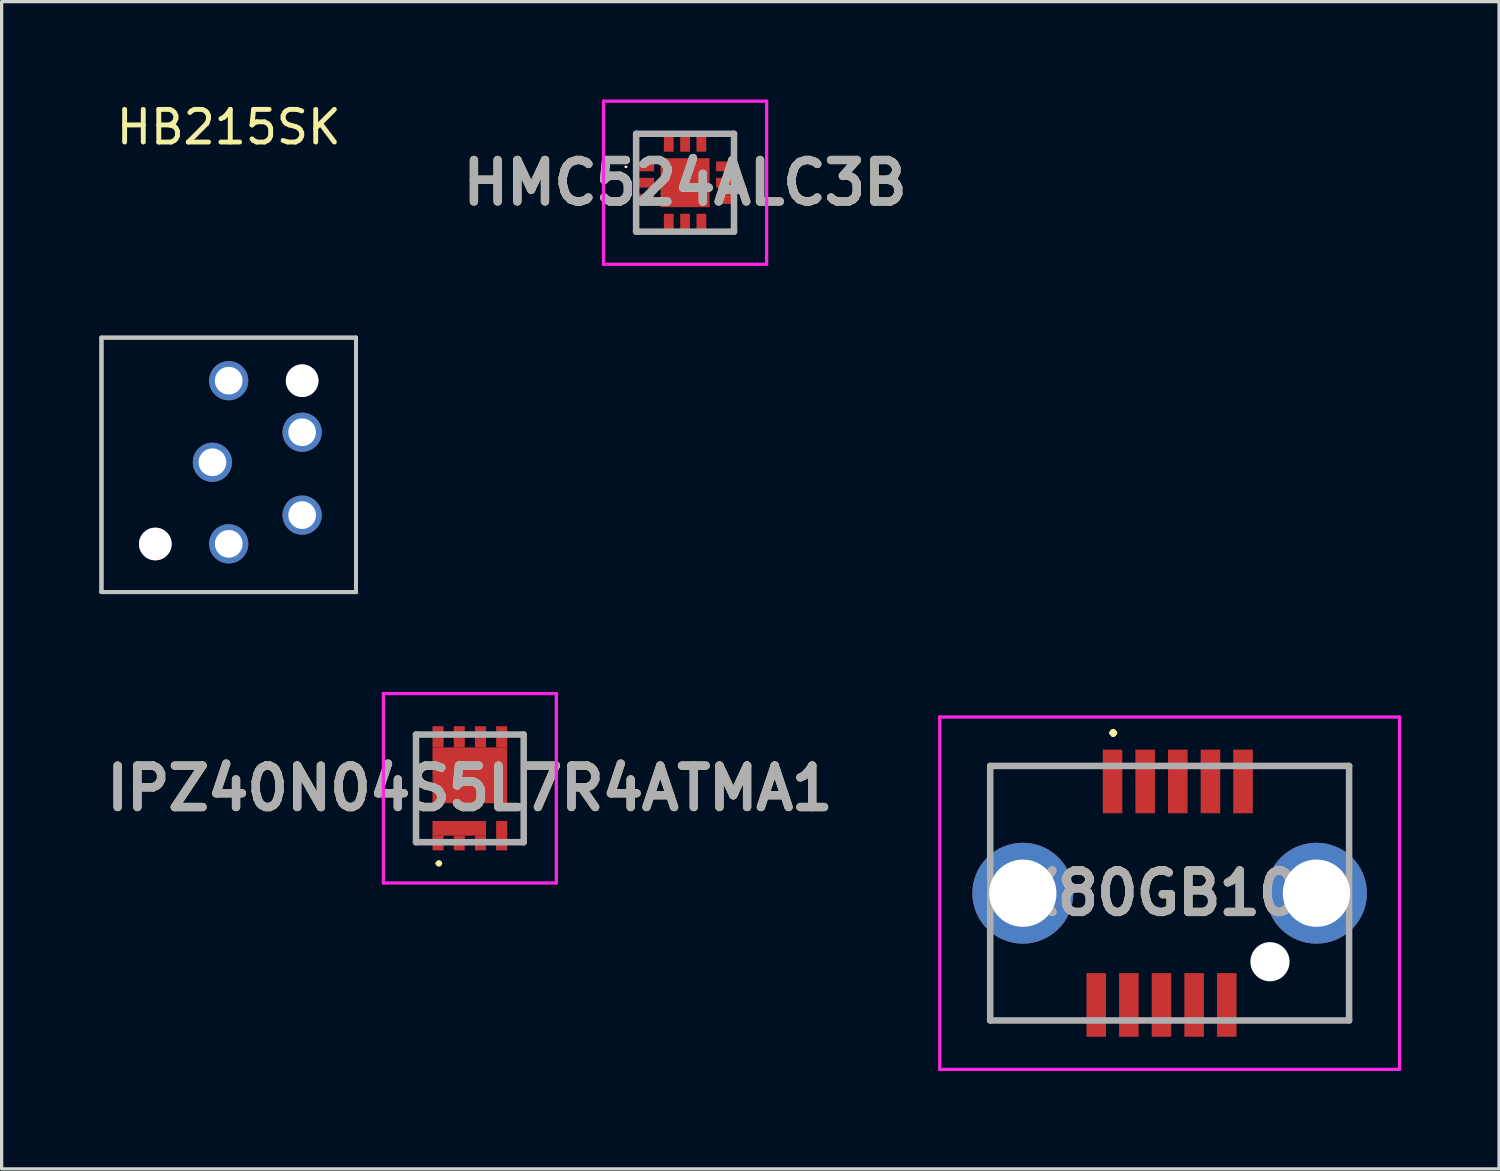
<source format=kicad_pcb>
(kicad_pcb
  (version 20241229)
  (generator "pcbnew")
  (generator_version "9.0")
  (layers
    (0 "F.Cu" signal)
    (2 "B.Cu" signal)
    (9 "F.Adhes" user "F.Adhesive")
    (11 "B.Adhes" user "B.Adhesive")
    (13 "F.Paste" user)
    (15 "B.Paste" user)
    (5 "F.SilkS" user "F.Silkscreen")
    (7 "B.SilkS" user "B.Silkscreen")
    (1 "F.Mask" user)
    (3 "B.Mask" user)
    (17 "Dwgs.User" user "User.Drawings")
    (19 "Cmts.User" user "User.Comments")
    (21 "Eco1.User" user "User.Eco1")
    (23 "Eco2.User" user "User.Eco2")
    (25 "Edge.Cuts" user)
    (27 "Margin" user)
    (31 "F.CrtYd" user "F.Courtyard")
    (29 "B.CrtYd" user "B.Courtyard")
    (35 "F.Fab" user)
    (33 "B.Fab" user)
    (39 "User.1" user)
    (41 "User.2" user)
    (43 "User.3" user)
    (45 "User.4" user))
  (footprint "HMC524ALC3B"
    (layer "F.Cu")
    (at 17.947 2.55)
    (property "Reference" "HMC524ALC3B" (at 0 0 0) (layer "F.SilkS") (effects (font (size 1.27 1.27) (thickness 0.254))))
    (attr smd)
    (fp_line (start -1.832 -0.487) (end -1.832 -0.487) (stroke (width 0.042) (type solid)) (layer "F.SilkS"))
    (fp_line (start -1.79 -0.487) (end -1.79 -0.487) (stroke (width 0.042) (type solid)) (layer "F.SilkS"))
    (fp_arc (start -1.832 -0.487) (mid -1.811 -0.508) (end -1.79 -0.487) (stroke (width 0.0423) (type solid)) (layer "F.SilkS"))
    (fp_arc (start -1.79 -0.487) (mid -1.811 -0.466) (end -1.832 -0.487) (stroke (width 0.0423) (type solid)) (layer "F.SilkS"))
    (fp_line (start -2.5 -2.5) (end 2.5 -2.5) (stroke (width 0.1) (type solid)) (layer "F.CrtYd"))
    (fp_line (start -2.5 2.5) (end -2.5 -2.5) (stroke (width 0.1) (type solid)) (layer "F.CrtYd"))
    (fp_line (start 2.5 -2.5) (end 2.5 2.5) (stroke (width 0.1) (type solid)) (layer "F.CrtYd"))
    (fp_line (start 2.5 2.5) (end -2.5 2.5) (stroke (width 0.1) (type solid)) (layer "F.CrtYd"))
    (fp_line (start -1.5 -1.5) (end 1.5 -1.5) (stroke (width 0.2) (type solid)) (layer "F.Fab"))
    (fp_line (start -1.5 1.5) (end -1.5 -1.5) (stroke (width 0.2) (type solid)) (layer "F.Fab"))
    (fp_line (start 1.5 -1.5) (end 1.5 1.5) (stroke (width 0.2) (type solid)) (layer "F.Fab"))
    (fp_line (start 1.5 1.5) (end -1.5 1.5) (stroke (width 0.2) (type solid)) (layer "F.Fab"))
    (fp_text user "${REFERENCE}" (at 0 0 0) (layer "F.Fab") (effects (font (size 1.27 1.27) (thickness 0.254))))
    (pad "1" smd rect (at -1.2 -0.5 90) (size 0.3 0.5) (layers "F.Cu" "F.Mask" "F.Paste"))
    (pad "2" smd rect (at -1.2 0 90) (size 0.3 0.5) (layers "F.Cu" "F.Mask" "F.Paste"))
    (pad "3" smd rect (at -1.2 0.5 90) (size 0.3 0.5) (layers "F.Cu" "F.Mask" "F.Paste"))
    (pad "4" smd rect (at -0.5 1.2) (size 0.3 0.5) (layers "F.Cu" "F.Mask" "F.Paste"))
    (pad "5" smd rect (at 0 1.2) (size 0.3 0.5) (layers "F.Cu" "F.Mask" "F.Paste"))
    (pad "6" smd rect (at 0.5 1.2) (size 0.3 0.5) (layers "F.Cu" "F.Mask" "F.Paste"))
    (pad "7" smd rect (at 1.2 0.5 90) (size 0.3 0.5) (layers "F.Cu" "F.Mask" "F.Paste"))
    (pad "8" smd rect (at 1.2 0 90) (size 0.3 0.5) (layers "F.Cu" "F.Mask" "F.Paste"))
    (pad "9" smd rect (at 1.2 -0.5 90) (size 0.3 0.5) (layers "F.Cu" "F.Mask" "F.Paste"))
    (pad "10" smd rect (at 0.5 -1.2) (size 0.3 0.5) (layers "F.Cu" "F.Mask" "F.Paste"))
    (pad "11" smd rect (at 0 -1.2) (size 0.3 0.5) (layers "F.Cu" "F.Mask" "F.Paste"))
    (pad "12" smd rect (at -0.5 -1.2) (size 0.3 0.5) (layers "F.Cu" "F.Mask" "F.Paste"))
    (pad "13" smd rect (at 0 0 90) (size 1.5 1.5) (layers "F.Cu" "F.Mask" "F.Paste")))
  (footprint "IX80GB10P"
    (layer "F.Cu")
    (at 32.799 24.326)
    (property "Reference" "IX80GB10P" (at 0 0 0) (layer "F.SilkS") (effects (font (size 1.27 1.27) (thickness 0.254))))
    (attr through_hole)
    (fp_line (start -5.5 -3.9) (end -3 -3.9) (stroke (width 0.1) (type solid)) (layer "F.SilkS"))
    (fp_line (start -5.5 -2) (end -5.5 -3.9) (stroke (width 0.1) (type solid)) (layer "F.SilkS"))
    (fp_line (start -5.5 3.9) (end -5.5 2) (stroke (width 0.1) (type solid)) (layer "F.SilkS"))
    (fp_line (start -3.5 3.9) (end -5.5 3.9) (stroke (width 0.1) (type solid)) (layer "F.SilkS"))
    (fp_line (start 3.075 3.9) (end 5.5 3.9) (stroke (width 0.1) (type solid)) (layer "F.SilkS"))
    (fp_line (start 5.5 -3.9) (end 3.5 -3.9) (stroke (width 0.1) (type solid)) (layer "F.SilkS"))
    (fp_line (start 5.5 -2) (end 5.5 -3.9) (stroke (width 0.1) (type solid)) (layer "F.SilkS"))
    (fp_line (start 5.5 3.9) (end 5.5 2) (stroke (width 0.1) (type solid)) (layer "F.SilkS"))
    (fp_line (start -7.046 -5.4) (end 7.046 -5.4) (stroke (width 0.1) (type solid)) (layer "F.CrtYd"))
    (fp_line (start -7.046 5.4) (end -7.046 -5.4) (stroke (width 0.1) (type solid)) (layer "F.CrtYd"))
    (fp_line (start 7.046 -5.4) (end 7.046 5.4) (stroke (width 0.1) (type solid)) (layer "F.CrtYd"))
    (fp_line (start 7.046 5.4) (end -7.046 5.4) (stroke (width 0.1) (type solid)) (layer "F.CrtYd"))
    (fp_line (start -5.5 -3.9) (end 5.5 -3.9) (stroke (width 0.2) (type solid)) (layer "F.Fab"))
    (fp_line (start -5.5 3.9) (end -5.5 -3.9) (stroke (width 0.2) (type solid)) (layer "F.Fab"))
    (fp_line (start 5.5 -3.9) (end 5.5 3.9) (stroke (width 0.2) (type solid)) (layer "F.Fab"))
    (fp_line (start 5.5 3.9) (end -5.5 3.9) (stroke (width 0.2) (type solid)) (layer "F.Fab"))
    (fp_text user "." (at -1.73 -5.32 0) (layer "F.SilkS") (effects (font (size 1 1) (thickness 0.15))))
    (fp_text user "${REFERENCE}" (at 0 0 0) (layer "F.Fab") (effects (font (size 1.27 1.27) (thickness 0.254))))
    (pad "" np_thru_hole circle (at 3.075 2.1) (size 1.2 1.2) (drill 1.2) (layers "*.Cu" "*.Mask"))
    (pad "1" smd rect (at -1.75 -3.425) (size 0.6 1.95) (layers "F.Cu" "F.Mask" "F.Paste"))
    (pad "2" smd rect (at -0.75 -3.425) (size 0.6 1.95) (layers "F.Cu" "F.Mask" "F.Paste"))
    (pad "3" smd rect (at 0.25 -3.425) (size 0.6 1.95) (layers "F.Cu" "F.Mask" "F.Paste"))
    (pad "4" smd rect (at 1.25 -3.425) (size 0.6 1.95) (layers "F.Cu" "F.Mask" "F.Paste"))
    (pad "5" smd rect (at 2.25 -3.425) (size 0.6 1.95) (layers "F.Cu" "F.Mask" "F.Paste"))
    (pad "6" smd rect (at 1.75 3.425) (size 0.6 1.95) (layers "F.Cu" "F.Mask" "F.Paste"))
    (pad "7" smd rect (at 0.75 3.425) (size 0.6 1.95) (layers "F.Cu" "F.Mask" "F.Paste"))
    (pad "8" smd rect (at -0.25 3.425) (size 0.6 1.95) (layers "F.Cu" "F.Mask" "F.Paste"))
    (pad "9" smd rect (at -1.25 3.425) (size 0.6 1.95) (layers "F.Cu" "F.Mask" "F.Paste"))
    (pad "10" smd rect (at -2.25 3.425) (size 0.6 1.95) (layers "F.Cu" "F.Mask" "F.Paste"))
    (pad "MH1" thru_hole circle (at -4.5 0) (size 3.092 3.092) (drill 2.062) (layers "*.Cu" "*.Mask"))
    (pad "MH2" thru_hole circle (at 4.5 0) (size 3.092 3.092) (drill 2.062) (layers "*.Cu" "*.Mask")))
  (footprint "HB215SK"
    (layer "F.Cu")
    (at 3.96 11.198)
    (property "Reference" "HB215SK" (at 0 -10.35 0) (layer "F.SilkS") (effects (font (size 1 1) (thickness 0.15))))
    (attr through_hole)
    (fp_line (start -3.9 -3.9) (end -3.9 3.9) (stroke (width 0.12) (type solid)) (layer "F.SilkS"))
    (fp_line (start 3.9 -3.9) (end -3.9 -3.9) (stroke (width 0.12) (type solid)) (layer "F.SilkS"))
    (fp_line (start 3.9 -3.9) (end 3.9 3.9) (stroke (width 0.12) (type solid)) (layer "F.SilkS"))
    (fp_line (start 3.9 3.9) (end -3.9 3.9) (stroke (width 0.12) (type solid)) (layer "F.SilkS"))
    (fp_line (start -3.9 -3.9) (end -3.9 3.9) (stroke (width 0.12) (type solid)) (layer "Dwgs.User"))
    (fp_line (start 3.9 -3.9) (end -3.9 -3.9) (stroke (width 0.12) (type solid)) (layer "Dwgs.User"))
    (fp_line (start 3.9 -3.9) (end 3.9 3.9) (stroke (width 0.12) (type solid)) (layer "Dwgs.User"))
    (fp_line (start 3.9 3.9) (end -3.9 3.9) (stroke (width 0.12) (type solid)) (layer "Dwgs.User"))
    (pad "" thru_hole circle (at -2.25 2.425) (size 1 1) (drill 1) (layers "*.Cu" "*.Mask"))
    (pad "" thru_hole circle (at 2.25 -2.58) (size 1 1) (drill 1) (layers "*.Cu" "*.Mask"))
    (pad "1" thru_hole circle (at 2.25 -1) (size 1.2 1.2) (drill 0.85) (layers "*.Cu" "*.Mask"))
    (pad "2" thru_hole circle (at 2.25 1.54) (size 1.2 1.2) (drill 0.85) (layers "*.Cu" "*.Mask"))
    (pad "3" thru_hole circle (at 0 -2.58) (size 1.2 1.2) (drill 0.85) (layers "*.Cu" "*.Mask"))
    (pad "4" thru_hole circle (at -0.5 -0.08) (size 1.2 1.2) (drill 0.85) (layers "*.Cu" "*.Mask"))
    (pad "5" thru_hole circle (at 0 2.42) (size 1.2 1.2) (drill 0.85) (layers "*.Cu" "*.Mask")))
  (footprint "IPZ40N04S5L7R4ATMA1"
    (layer "F.Cu")
    (at 11.351 21.113)
    (property "Reference" "IPZ40N04S5L7R4ATMA1" (at 0 -0.002 0) (layer "F.SilkS") (effects (font (size 1.27 1.27) (thickness 0.254))))
    (attr smd)
    (fp_line (start -1.65 -1.65) (end -1.65 1.65) (stroke (width 0.1) (type solid)) (layer "F.SilkS"))
    (fp_line (start -1.65 1.65) (end -1.4 1.65) (stroke (width 0.1) (type solid)) (layer "F.SilkS"))
    (fp_line (start -1.4 -1.65) (end -1.65 -1.65) (stroke (width 0.1) (type solid)) (layer "F.SilkS"))
    (fp_line (start -1 2.3) (end -1 2.3) (stroke (width 0.1) (type solid)) (layer "F.SilkS"))
    (fp_line (start -0.9 2.3) (end -0.9 2.3) (stroke (width 0.1) (type solid)) (layer "F.SilkS"))
    (fp_line (start 1.4 -1.65) (end 1.65 -1.65) (stroke (width 0.1) (type solid)) (layer "F.SilkS"))
    (fp_line (start 1.65 -1.65) (end 1.65 1.65) (stroke (width 0.1) (type solid)) (layer "F.SilkS"))
    (fp_line (start 1.65 1.65) (end 1.4 1.65) (stroke (width 0.1) (type solid)) (layer "F.SilkS"))
    (fp_arc (start -1 2.3) (mid -0.95 2.25) (end -0.9 2.3) (stroke (width 0.1) (type solid)) (layer "F.SilkS"))
    (fp_arc (start -0.9 2.3) (mid -0.95 2.35) (end -1 2.3) (stroke (width 0.1) (type solid)) (layer "F.SilkS"))
    (fp_line (start -2.65 -2.905) (end 2.65 -2.905) (stroke (width 0.1) (type solid)) (layer "F.CrtYd"))
    (fp_line (start -2.65 2.9) (end -2.65 -2.905) (stroke (width 0.1) (type solid)) (layer "F.CrtYd"))
    (fp_line (start 2.65 -2.905) (end 2.65 2.9) (stroke (width 0.1) (type solid)) (layer "F.CrtYd"))
    (fp_line (start 2.65 2.9) (end -2.65 2.9) (stroke (width 0.1) (type solid)) (layer "F.CrtYd"))
    (fp_line (start -1.65 -1.65) (end 1.65 -1.65) (stroke (width 0.2) (type solid)) (layer "F.Fab"))
    (fp_line (start -1.65 1.65) (end -1.65 -1.65) (stroke (width 0.2) (type solid)) (layer "F.Fab"))
    (fp_line (start 1.65 -1.65) (end 1.65 1.65) (stroke (width 0.2) (type solid)) (layer "F.Fab"))
    (fp_line (start 1.65 1.65) (end -1.65 1.65) (stroke (width 0.2) (type solid)) (layer "F.Fab"))
    (fp_text user "${REFERENCE}" (at 0 -0.002 0) (layer "F.Fab") (effects (font (size 1.27 1.27) (thickness 0.254))))
    (pad "1" smd rect (at -0.975 1.675) (size 0.34 0.45) (layers "F.Cu" "F.Mask" "F.Paste"))
    (pad "1" smd rect (at -0.325 1.225 90) (size 0.45 1.64) (layers "F.Cu" "F.Mask" "F.Paste"))
    (pad "2" smd rect (at -0.325 1.675) (size 0.34 0.45) (layers "F.Cu" "F.Mask" "F.Paste"))
    (pad "3" smd rect (at 0.325 1.675) (size 0.34 0.45) (layers "F.Cu" "F.Mask" "F.Paste"))
    (pad "4" smd rect (at 0.975 1.45) (size 0.34 0.9) (layers "F.Cu" "F.Mask" "F.Paste"))
    (pad "5" smd rect (at 0 -0.4 90) (size 1.71 2.29) (layers "F.Cu" "F.Mask" "F.Paste"))
    (pad "5" smd rect (at 0.975 -1.58) (size 0.34 0.65) (layers "F.Cu" "F.Mask" "F.Paste"))
    (pad "6" smd rect (at 0.325 -1.58) (size 0.34 0.65) (layers "F.Cu" "F.Mask" "F.Paste"))
    (pad "7" smd rect (at -0.325 -1.58) (size 0.34 0.65) (layers "F.Cu" "F.Mask" "F.Paste"))
    (pad "8" smd rect (at -0.975 -1.58) (size 0.34 0.65) (layers "F.Cu" "F.Mask" "F.Paste")))
  (gr_rect
    (start -3 -3)
    (end 42.895 32.776)
    (stroke (width 0.1) (type default))
    (fill no)
    (layer "Edge.Cuts")))
</source>
